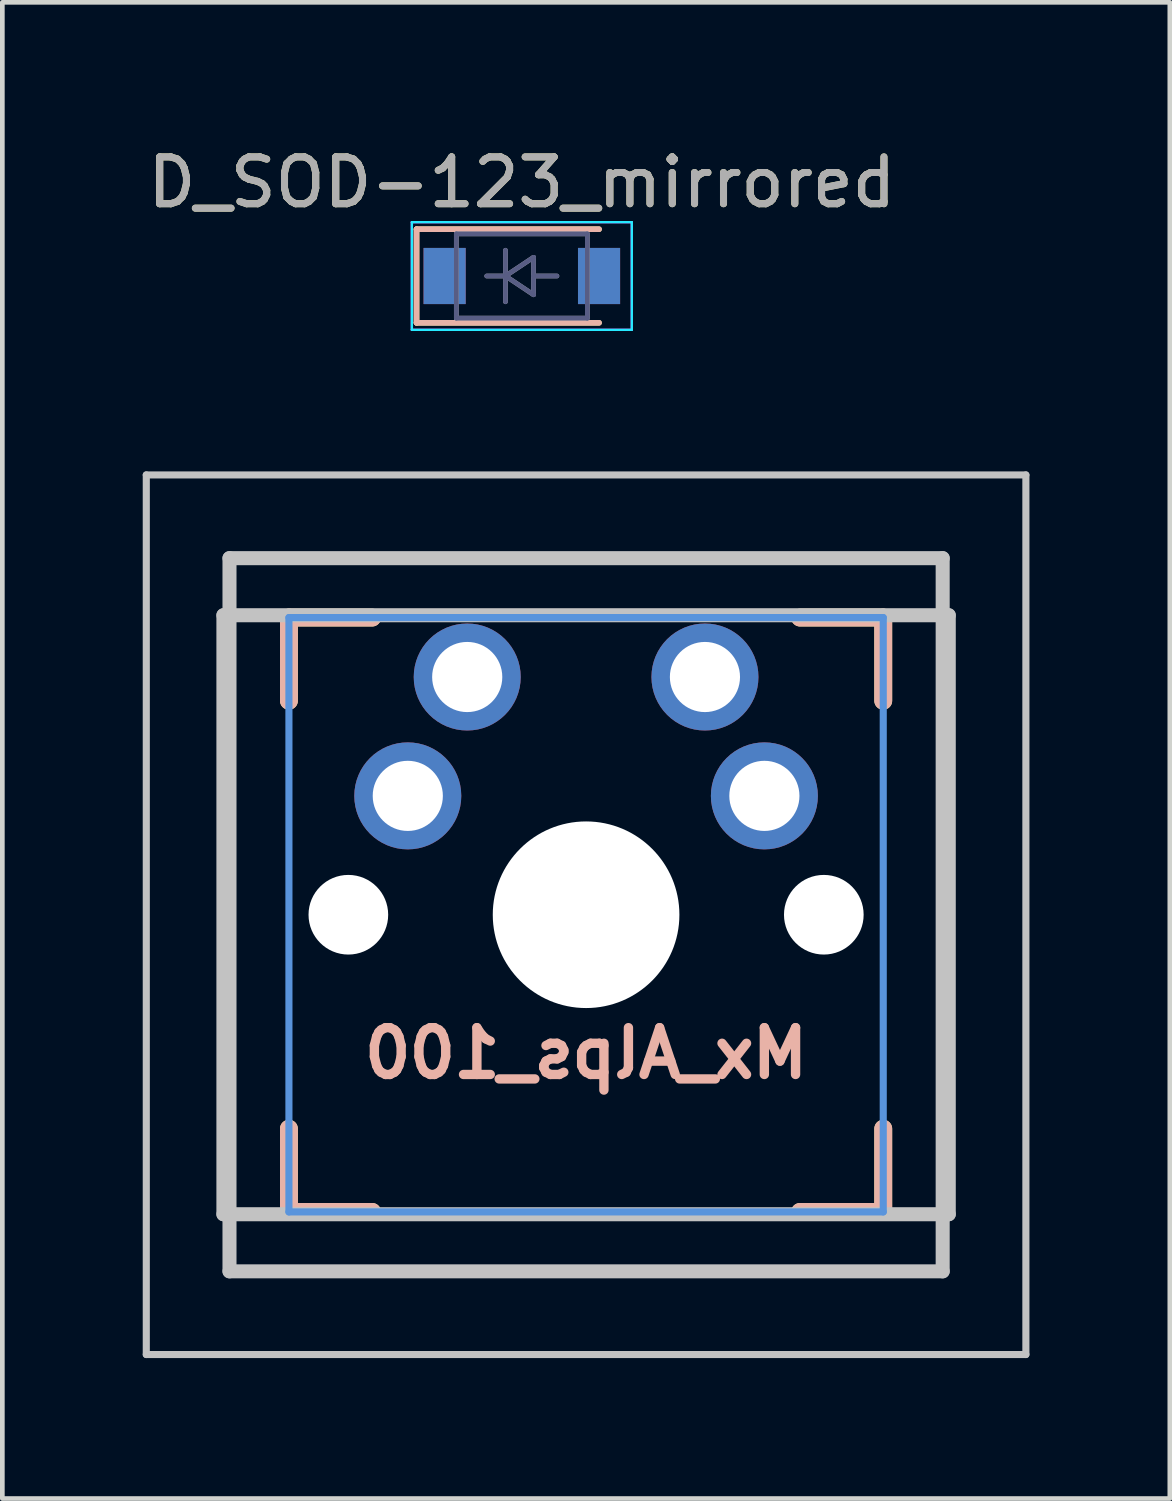
<source format=kicad_pcb>
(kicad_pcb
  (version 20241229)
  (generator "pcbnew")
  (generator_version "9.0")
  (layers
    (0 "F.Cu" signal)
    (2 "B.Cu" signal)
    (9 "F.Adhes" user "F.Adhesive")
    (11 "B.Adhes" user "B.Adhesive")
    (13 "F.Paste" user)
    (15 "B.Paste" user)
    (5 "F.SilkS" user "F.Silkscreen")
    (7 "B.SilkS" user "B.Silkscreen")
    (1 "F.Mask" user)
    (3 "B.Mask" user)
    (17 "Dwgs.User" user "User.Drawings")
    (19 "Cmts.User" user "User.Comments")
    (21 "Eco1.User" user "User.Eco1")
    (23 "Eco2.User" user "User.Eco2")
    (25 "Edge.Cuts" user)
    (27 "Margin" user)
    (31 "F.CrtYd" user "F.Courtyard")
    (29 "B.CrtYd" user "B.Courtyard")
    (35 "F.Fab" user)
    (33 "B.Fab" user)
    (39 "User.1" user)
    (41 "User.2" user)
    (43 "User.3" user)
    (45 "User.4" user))
  (footprint "D_SOD-123_mirrored"
    (layer "F.Cu")
    (at 8.101 2.848)
    (property "Reference" "D_SOD-123_mirrored" (at 0 -2 0) (layer "F.SilkS") (effects (font (size 1 1) (thickness 0.15))))
    (attr smd)
    (fp_line (start -2.25 -1) (end -2.25 1) (stroke (width 0.12) (type solid)) (layer "F.SilkS"))
    (fp_line (start -2.25 -1) (end 1.65 -1) (stroke (width 0.12) (type solid)) (layer "F.SilkS"))
    (fp_line (start -2.25 1) (end 1.65 1) (stroke (width 0.12) (type solid)) (layer "F.SilkS"))
    (fp_line (start -2.25 -1) (end 1.65 -1) (stroke (width 0.12) (type solid)) (layer "B.SilkS"))
    (fp_line (start -2.25 1) (end -2.25 -1) (stroke (width 0.12) (type solid)) (layer "B.SilkS"))
    (fp_line (start -2.25 1) (end 1.65 1) (stroke (width 0.12) (type solid)) (layer "B.SilkS"))
    (fp_line (start -2.35 1.15) (end -2.35 -1.15) (stroke (width 0.05) (type solid)) (layer "B.CrtYd"))
    (fp_line (start -2.35 1.15) (end 2.35 1.15) (stroke (width 0.05) (type solid)) (layer "B.CrtYd"))
    (fp_line (start 2.35 -1.15) (end -2.35 -1.15) (stroke (width 0.05) (type solid)) (layer "B.CrtYd"))
    (fp_line (start 2.35 1.15) (end 2.35 -1.15) (stroke (width 0.05) (type solid)) (layer "B.CrtYd"))
    (fp_line (start -2.35 -1.15) (end -2.35 1.15) (stroke (width 0.05) (type solid)) (layer "F.CrtYd"))
    (fp_line (start -2.35 -1.15) (end 2.35 -1.15) (stroke (width 0.05) (type solid)) (layer "F.CrtYd"))
    (fp_line (start 2.35 -1.15) (end 2.35 1.15) (stroke (width 0.05) (type solid)) (layer "F.CrtYd"))
    (fp_line (start 2.35 1.15) (end -2.35 1.15) (stroke (width 0.05) (type solid)) (layer "F.CrtYd"))
    (fp_line (start -1.4 -0.9) (end -1.4 0.9) (stroke (width 0.1) (type solid)) (layer "B.Fab"))
    (fp_line (start -1.4 0.9) (end 1.4 0.9) (stroke (width 0.1) (type solid)) (layer "B.Fab"))
    (fp_line (start -0.75 0) (end -0.35 0) (stroke (width 0.1) (type solid)) (layer "B.Fab"))
    (fp_line (start -0.35 0) (end -0.35 -0.55) (stroke (width 0.1) (type solid)) (layer "B.Fab"))
    (fp_line (start -0.35 0) (end -0.35 0.55) (stroke (width 0.1) (type solid)) (layer "B.Fab"))
    (fp_line (start -0.35 0) (end 0.25 0.4) (stroke (width 0.1) (type solid)) (layer "B.Fab"))
    (fp_line (start 0.25 -0.4) (end -0.35 0) (stroke (width 0.1) (type solid)) (layer "B.Fab"))
    (fp_line (start 0.25 0) (end 0.75 0) (stroke (width 0.1) (type solid)) (layer "B.Fab"))
    (fp_line (start 0.25 0.4) (end 0.25 -0.4) (stroke (width 0.1) (type solid)) (layer "B.Fab"))
    (fp_line (start 1.4 -0.9) (end -1.4 -0.9) (stroke (width 0.1) (type solid)) (layer "B.Fab"))
    (fp_line (start 1.4 0.9) (end 1.4 -0.9) (stroke (width 0.1) (type solid)) (layer "B.Fab"))
    (fp_line (start -1.4 -0.9) (end 1.4 -0.9) (stroke (width 0.1) (type solid)) (layer "F.Fab"))
    (fp_line (start -1.4 0.9) (end -1.4 -0.9) (stroke (width 0.1) (type solid)) (layer "F.Fab"))
    (fp_line (start -0.75 0) (end -0.35 0) (stroke (width 0.1) (type solid)) (layer "F.Fab"))
    (fp_line (start -0.35 0) (end -0.35 -0.55) (stroke (width 0.1) (type solid)) (layer "F.Fab"))
    (fp_line (start -0.35 0) (end -0.35 0.55) (stroke (width 0.1) (type solid)) (layer "F.Fab"))
    (fp_line (start -0.35 0) (end 0.25 -0.4) (stroke (width 0.1) (type solid)) (layer "F.Fab"))
    (fp_line (start 0.25 -0.4) (end 0.25 0.4) (stroke (width 0.1) (type solid)) (layer "F.Fab"))
    (fp_line (start 0.25 0) (end 0.75 0) (stroke (width 0.1) (type solid)) (layer "F.Fab"))
    (fp_line (start 0.25 0.4) (end -0.35 0) (stroke (width 0.1) (type solid)) (layer "F.Fab"))
    (fp_line (start 1.4 -0.9) (end 1.4 0.9) (stroke (width 0.1) (type solid)) (layer "F.Fab"))
    (fp_line (start 1.4 0.9) (end -1.4 0.9) (stroke (width 0.1) (type solid)) (layer "F.Fab"))
    (fp_text user "${REFERENCE}" (at 0 -2 0) (layer "F.Fab") (effects (font (size 1 1) (thickness 0.15))))
    (pad "1" smd rect (at -1.65 0) (size 0.9 1.2) (layers "F.Cu" "F.Mask" "F.Paste"))
    (pad "1" smd rect (at -1.65 0) (size 0.9 1.2) (layers "B.Cu" "B.Mask" "B.Paste"))
    (pad "2" smd rect (at 1.65 0) (size 0.9 1.2) (layers "F.Cu" "F.Mask" "F.Paste"))
    (pad "2" smd rect (at 1.65 0) (size 0.9 1.2) (layers "B.Cu" "B.Mask" "B.Paste")))
  (footprint "Mx_Alps_100"
    (layer "F.Cu")
    (at 9.474 16.497)
    (property "Reference" "Mx_Alps_100" (at 0 2.961 0) (layer "B.SilkS") (effects (font (size 1 1) (thickness 0.2)) (justify mirror)))
    (attr through_hole)
    (fp_line (start -6.35 -6.35) (end -4.572 -6.35) (stroke (width 0.381) (type solid)) (layer "F.SilkS"))
    (fp_line (start -6.35 -4.572) (end -6.35 -6.35) (stroke (width 0.381) (type solid)) (layer "F.SilkS"))
    (fp_line (start -6.35 6.35) (end -6.35 4.572) (stroke (width 0.381) (type solid)) (layer "F.SilkS"))
    (fp_line (start -4.572 6.35) (end -6.35 6.35) (stroke (width 0.381) (type solid)) (layer "F.SilkS"))
    (fp_line (start 4.572 -6.35) (end 6.35 -6.35) (stroke (width 0.381) (type solid)) (layer "F.SilkS"))
    (fp_line (start 6.35 -6.35) (end 6.35 -4.572) (stroke (width 0.381) (type solid)) (layer "F.SilkS"))
    (fp_line (start 6.35 4.572) (end 6.35 6.35) (stroke (width 0.381) (type solid)) (layer "F.SilkS"))
    (fp_line (start 6.35 6.35) (end 4.572 6.35) (stroke (width 0.381) (type solid)) (layer "F.SilkS"))
    (fp_line (start -6.35 -6.35) (end -6.35 -4.572) (stroke (width 0.381) (type solid)) (layer "B.SilkS"))
    (fp_line (start -6.35 4.572) (end -6.35 6.35) (stroke (width 0.381) (type solid)) (layer "B.SilkS"))
    (fp_line (start -6.35 6.35) (end -4.572 6.35) (stroke (width 0.381) (type solid)) (layer "B.SilkS"))
    (fp_line (start -4.572 -6.35) (end -6.35 -6.35) (stroke (width 0.381) (type solid)) (layer "B.SilkS"))
    (fp_line (start 4.572 6.35) (end 6.35 6.35) (stroke (width 0.381) (type solid)) (layer "B.SilkS"))
    (fp_line (start 6.35 -6.35) (end 4.572 -6.35) (stroke (width 0.381) (type solid)) (layer "B.SilkS"))
    (fp_line (start 6.35 -4.572) (end 6.35 -6.35) (stroke (width 0.381) (type solid)) (layer "B.SilkS"))
    (fp_line (start 6.35 6.35) (end 6.35 4.572) (stroke (width 0.381) (type solid)) (layer "B.SilkS"))
    (fp_line (start -9.398 -9.398) (end 9.398 -9.398) (stroke (width 0.152) (type solid)) (layer "Dwgs.User"))
    (fp_line (start -9.398 9.398) (end -9.398 -9.398) (stroke (width 0.152) (type solid)) (layer "Dwgs.User"))
    (fp_line (start -7.75 6.4) (end -7.75 -6.4) (stroke (width 0.3) (type solid)) (layer "Dwgs.User"))
    (fp_line (start -7.75 6.4) (end 7.75 6.4) (stroke (width 0.3) (type solid)) (layer "Dwgs.User"))
    (fp_line (start -7.62 -7.62) (end 7.62 -7.62) (stroke (width 0.3) (type solid)) (layer "Dwgs.User"))
    (fp_line (start -7.62 7.62) (end -7.62 -7.62) (stroke (width 0.3) (type solid)) (layer "Dwgs.User"))
    (fp_line (start 7.62 -7.62) (end 7.62 7.62) (stroke (width 0.3) (type solid)) (layer "Dwgs.User"))
    (fp_line (start 7.62 7.62) (end -7.62 7.62) (stroke (width 0.3) (type solid)) (layer "Dwgs.User"))
    (fp_line (start 7.75 -6.4) (end -7.75 -6.4) (stroke (width 0.3) (type solid)) (layer "Dwgs.User"))
    (fp_line (start 7.75 6.4) (end 7.75 -6.4) (stroke (width 0.3) (type solid)) (layer "Dwgs.User"))
    (fp_line (start 9.398 -9.398) (end 9.398 9.398) (stroke (width 0.152) (type solid)) (layer "Dwgs.User"))
    (fp_line (start 9.398 9.398) (end -9.398 9.398) (stroke (width 0.152) (type solid)) (layer "Dwgs.User"))
    (fp_line (start -6.35 -6.35) (end 6.35 -6.35) (stroke (width 0.152) (type solid)) (layer "Cmts.User"))
    (fp_line (start -6.35 6.35) (end -6.35 -6.35) (stroke (width 0.152) (type solid)) (layer "Cmts.User"))
    (fp_line (start 6.35 -6.35) (end 6.35 6.35) (stroke (width 0.152) (type solid)) (layer "Cmts.User"))
    (fp_line (start 6.35 6.35) (end -6.35 6.35) (stroke (width 0.152) (type solid)) (layer "Cmts.User"))
    (fp_line (start -6.985 -6.985) (end 6.985 -6.985) (stroke (width 0.152) (type solid)) (layer "Eco2.User"))
    (fp_line (start -6.985 6.985) (end -6.985 -6.985) (stroke (width 0.152) (type solid)) (layer "Eco2.User"))
    (fp_line (start 6.985 -6.985) (end 6.985 6.985) (stroke (width 0.152) (type solid)) (layer "Eco2.User"))
    (fp_line (start 6.985 6.985) (end -6.985 6.985) (stroke (width 0.152) (type solid)) (layer "Eco2.User"))
    (pad "" np_thru_hole circle (at -5.08 0) (size 1.702 1.702) (drill 1.702) (layers "*.Cu"))
    (pad "" np_thru_hole circle (at 0 0) (size 3.988 3.988) (drill 3.988) (layers "*.Cu"))
    (pad "" np_thru_hole circle (at 5.08 0) (size 1.702 1.702) (drill 1.702) (layers "*.Cu"))
    (pad "1" thru_hole circle (at -3.81 -2.54) (size 2.286 2.286) (drill 1.499) (layers "*.Cu" "*.Mask"))
    (pad "1" thru_hole circle (at -2.54 -5.08) (size 2.286 2.286) (drill 1.499) (layers "*.Cu" "*.Mask"))
    (pad "2" thru_hole circle (at 2.54 -5.08) (size 2.286 2.286) (drill 1.499) (layers "*.Cu" "*.Mask"))
    (pad "2" thru_hole circle (at 3.81 -2.54) (size 2.286 2.286) (drill 1.499) (layers "*.Cu" "*.Mask")))
  (gr_rect
    (start -3 -3)
    (end 21.948 28.972)
    (stroke (width 0.1) (type default))
    (fill no)
    (layer "Edge.Cuts")))
</source>
